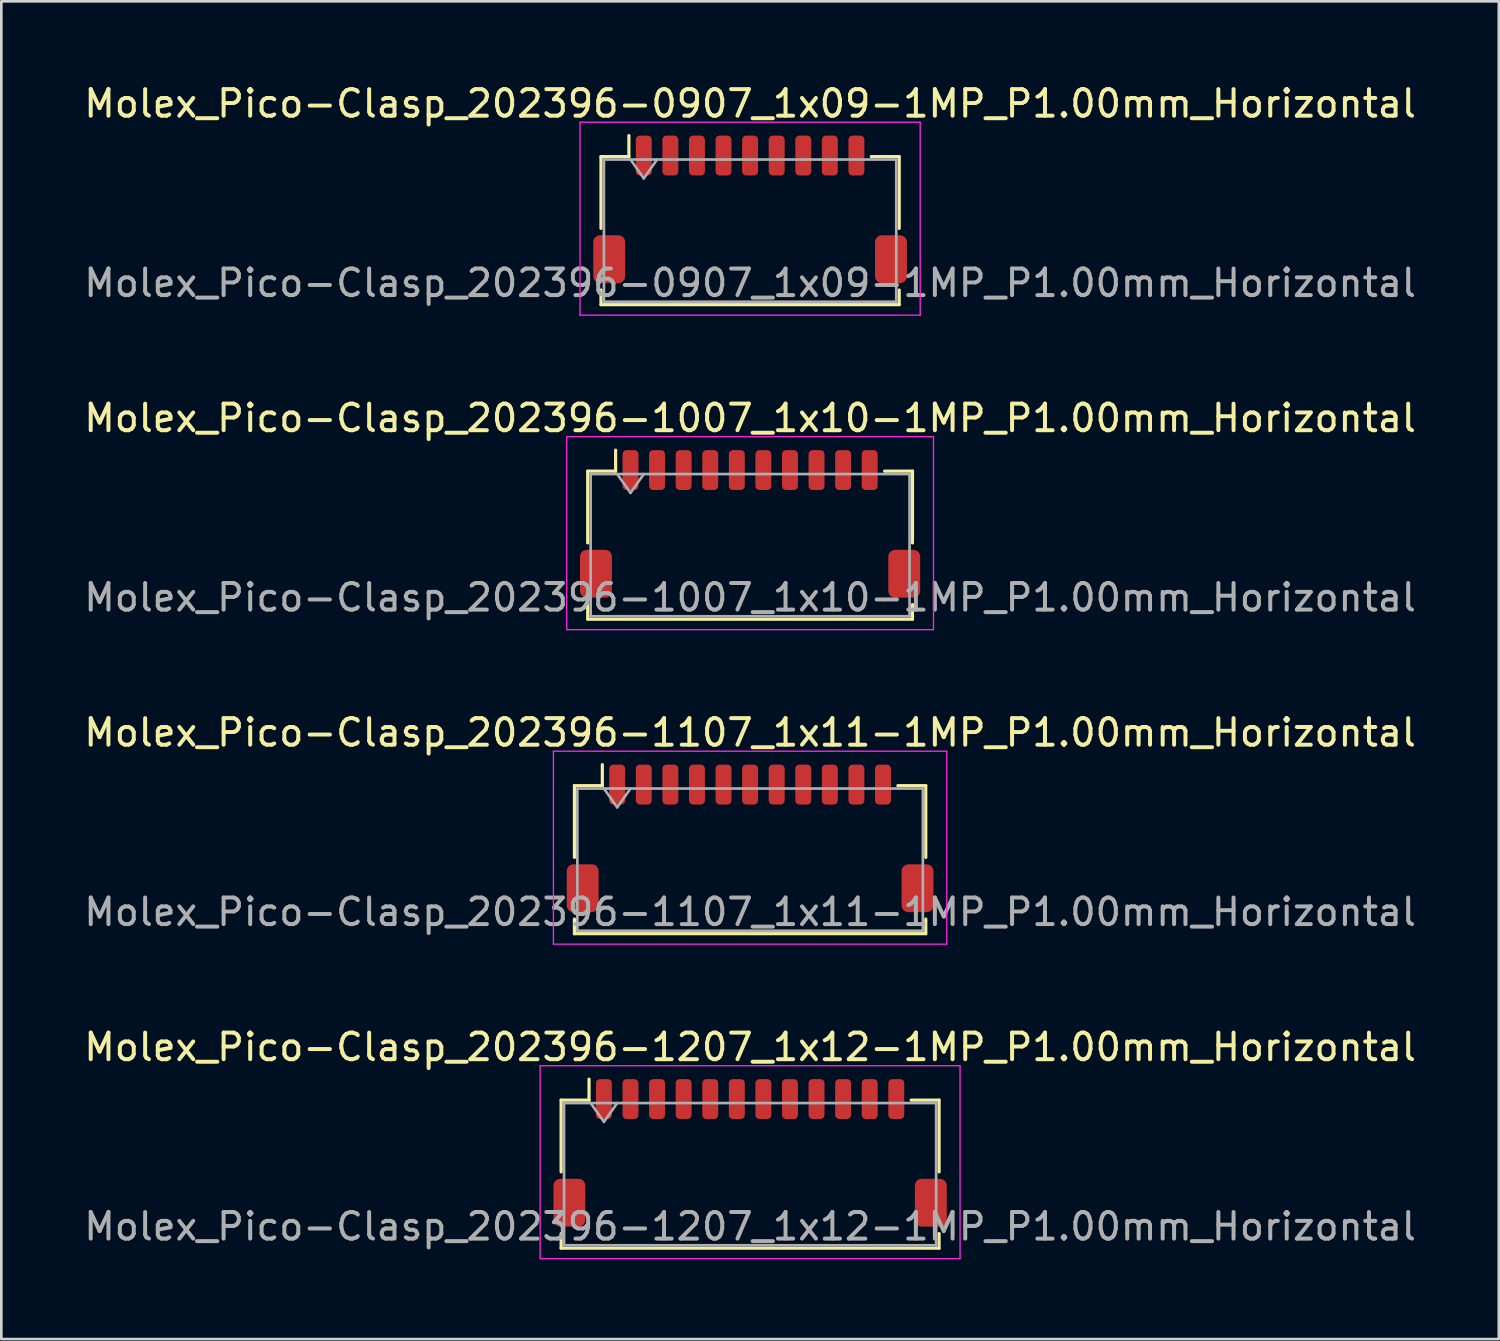
<source format=kicad_pcb>
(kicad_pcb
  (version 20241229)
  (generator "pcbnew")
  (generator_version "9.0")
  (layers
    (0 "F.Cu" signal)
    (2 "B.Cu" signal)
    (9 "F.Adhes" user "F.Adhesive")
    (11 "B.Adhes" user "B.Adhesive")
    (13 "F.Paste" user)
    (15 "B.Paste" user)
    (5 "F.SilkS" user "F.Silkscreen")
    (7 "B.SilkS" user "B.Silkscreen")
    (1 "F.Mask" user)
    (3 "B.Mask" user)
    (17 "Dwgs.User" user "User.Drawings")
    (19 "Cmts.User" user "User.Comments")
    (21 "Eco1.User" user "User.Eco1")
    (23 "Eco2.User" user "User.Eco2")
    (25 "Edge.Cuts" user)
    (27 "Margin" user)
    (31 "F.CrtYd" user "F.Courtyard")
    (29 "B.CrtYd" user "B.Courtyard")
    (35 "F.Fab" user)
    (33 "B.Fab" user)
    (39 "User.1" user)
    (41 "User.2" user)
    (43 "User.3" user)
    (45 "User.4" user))
  (footprint "Molex_Pico-Clasp_202396-0907_1x09-1MP_P1.00mm_Horizontal"
    (layer "F.Cu")
    (at 25.173 4.828)
    (property "Reference" "Molex_Pico-Clasp_202396-0907_1x09-1MP_P1.00mm_Horizontal" (at 0 -3.98 0) (layer "F.SilkS") (effects (font (size 1 1) (thickness 0.15))))
    (attr smd)
    (fp_line (start -5.61 -1.985) (end -4.56 -1.985) (stroke (width 0.12) (type solid)) (layer "F.SilkS"))
    (fp_line (start -5.61 0.715) (end -5.61 -1.985) (stroke (width 0.12) (type solid)) (layer "F.SilkS"))
    (fp_line (start -5.61 3.035) (end -5.61 3.585) (stroke (width 0.12) (type solid)) (layer "F.SilkS"))
    (fp_line (start -5.61 3.585) (end 5.61 3.585) (stroke (width 0.12) (type solid)) (layer "F.SilkS"))
    (fp_line (start -4.56 -1.985) (end -4.56 -2.775) (stroke (width 0.12) (type solid)) (layer "F.SilkS"))
    (fp_line (start 5.61 -1.985) (end 4.56 -1.985) (stroke (width 0.12) (type solid)) (layer "F.SilkS"))
    (fp_line (start 5.61 0.715) (end 5.61 -1.985) (stroke (width 0.12) (type solid)) (layer "F.SilkS"))
    (fp_line (start 5.61 3.585) (end 5.61 3.035) (stroke (width 0.12) (type solid)) (layer "F.SilkS"))
    (fp_line (start -6.4 -3.28) (end -6.4 3.98) (stroke (width 0.05) (type solid)) (layer "F.CrtYd"))
    (fp_line (start -6.4 3.98) (end 6.4 3.98) (stroke (width 0.05) (type solid)) (layer "F.CrtYd"))
    (fp_line (start 6.4 -3.28) (end -6.4 -3.28) (stroke (width 0.05) (type solid)) (layer "F.CrtYd"))
    (fp_line (start 6.4 3.98) (end 6.4 -3.28) (stroke (width 0.05) (type solid)) (layer "F.CrtYd"))
    (fp_line (start -5.5 -1.875) (end -5.5 3.475) (stroke (width 0.1) (type solid)) (layer "F.Fab"))
    (fp_line (start -5.5 -1.875) (end 5.5 -1.875) (stroke (width 0.1) (type solid)) (layer "F.Fab"))
    (fp_line (start -5.5 3.475) (end 5.5 3.475) (stroke (width 0.1) (type solid)) (layer "F.Fab"))
    (fp_line (start -4.5 -1.875) (end -4 -1.168) (stroke (width 0.1) (type solid)) (layer "F.Fab"))
    (fp_line (start -4 -1.168) (end -3.5 -1.875) (stroke (width 0.1) (type solid)) (layer "F.Fab"))
    (fp_line (start 5.5 -1.875) (end 5.5 3.475) (stroke (width 0.1) (type solid)) (layer "F.Fab"))
    (fp_text user "${REFERENCE}" (at 0 2.77 0) (layer "F.Fab") (effects (font (size 1 1) (thickness 0.15))))
    (pad "1" smd roundrect (at -4 -2.025) (size 0.6 1.5) (layers "F.Cu" "F.Mask" "F.Paste") (roundrect_rratio 0.25))
    (pad "2" smd roundrect (at -3 -2.025) (size 0.6 1.5) (layers "F.Cu" "F.Mask" "F.Paste") (roundrect_rratio 0.25))
    (pad "3" smd roundrect (at -2 -2.025) (size 0.6 1.5) (layers "F.Cu" "F.Mask" "F.Paste") (roundrect_rratio 0.25))
    (pad "4" smd roundrect (at -1 -2.025) (size 0.6 1.5) (layers "F.Cu" "F.Mask" "F.Paste") (roundrect_rratio 0.25))
    (pad "5" smd roundrect (at 0 -2.025) (size 0.6 1.5) (layers "F.Cu" "F.Mask" "F.Paste") (roundrect_rratio 0.25))
    (pad "6" smd roundrect (at 1 -2.025) (size 0.6 1.5) (layers "F.Cu" "F.Mask" "F.Paste") (roundrect_rratio 0.25))
    (pad "7" smd roundrect (at 2 -2.025) (size 0.6 1.5) (layers "F.Cu" "F.Mask" "F.Paste") (roundrect_rratio 0.25))
    (pad "8" smd roundrect (at 3 -2.025) (size 0.6 1.5) (layers "F.Cu" "F.Mask" "F.Paste") (roundrect_rratio 0.25))
    (pad "9" smd roundrect (at 4 -2.025) (size 0.6 1.5) (layers "F.Cu" "F.Mask" "F.Paste") (roundrect_rratio 0.25))
    (pad "MP" smd roundrect (at -5.3 1.875) (size 1.2 1.8) (layers "F.Cu" "F.Mask" "F.Paste") (roundrect_rratio 0.208))
    (pad "MP" smd roundrect (at 5.3 1.875) (size 1.2 1.8) (layers "F.Cu" "F.Mask" "F.Paste") (roundrect_rratio 0.208)))
  (footprint "Molex_Pico-Clasp_202396-1107_1x11-1MP_P1.00mm_Horizontal"
    (layer "F.Cu")
    (at 25.173 28.495)
    (property "Reference" "Molex_Pico-Clasp_202396-1107_1x11-1MP_P1.00mm_Horizontal" (at 0 -3.98 0) (layer "F.SilkS") (effects (font (size 1 1) (thickness 0.15))))
    (attr smd)
    (fp_line (start -6.61 -1.985) (end -5.56 -1.985) (stroke (width 0.12) (type solid)) (layer "F.SilkS"))
    (fp_line (start -6.61 0.715) (end -6.61 -1.985) (stroke (width 0.12) (type solid)) (layer "F.SilkS"))
    (fp_line (start -6.61 3.035) (end -6.61 3.585) (stroke (width 0.12) (type solid)) (layer "F.SilkS"))
    (fp_line (start -6.61 3.585) (end 6.61 3.585) (stroke (width 0.12) (type solid)) (layer "F.SilkS"))
    (fp_line (start -5.56 -1.985) (end -5.56 -2.775) (stroke (width 0.12) (type solid)) (layer "F.SilkS"))
    (fp_line (start 6.61 -1.985) (end 5.56 -1.985) (stroke (width 0.12) (type solid)) (layer "F.SilkS"))
    (fp_line (start 6.61 0.715) (end 6.61 -1.985) (stroke (width 0.12) (type solid)) (layer "F.SilkS"))
    (fp_line (start 6.61 3.585) (end 6.61 3.035) (stroke (width 0.12) (type solid)) (layer "F.SilkS"))
    (fp_line (start -7.4 -3.28) (end -7.4 3.98) (stroke (width 0.05) (type solid)) (layer "F.CrtYd"))
    (fp_line (start -7.4 3.98) (end 7.4 3.98) (stroke (width 0.05) (type solid)) (layer "F.CrtYd"))
    (fp_line (start 7.4 -3.28) (end -7.4 -3.28) (stroke (width 0.05) (type solid)) (layer "F.CrtYd"))
    (fp_line (start 7.4 3.98) (end 7.4 -3.28) (stroke (width 0.05) (type solid)) (layer "F.CrtYd"))
    (fp_line (start -6.5 -1.875) (end -6.5 3.475) (stroke (width 0.1) (type solid)) (layer "F.Fab"))
    (fp_line (start -6.5 -1.875) (end 6.5 -1.875) (stroke (width 0.1) (type solid)) (layer "F.Fab"))
    (fp_line (start -6.5 3.475) (end 6.5 3.475) (stroke (width 0.1) (type solid)) (layer "F.Fab"))
    (fp_line (start -5.5 -1.875) (end -5 -1.168) (stroke (width 0.1) (type solid)) (layer "F.Fab"))
    (fp_line (start -5 -1.168) (end -4.5 -1.875) (stroke (width 0.1) (type solid)) (layer "F.Fab"))
    (fp_line (start 6.5 -1.875) (end 6.5 3.475) (stroke (width 0.1) (type solid)) (layer "F.Fab"))
    (fp_text user "${REFERENCE}" (at 0 2.77 0) (layer "F.Fab") (effects (font (size 1 1) (thickness 0.15))))
    (pad "1" smd roundrect (at -5 -2.025) (size 0.6 1.5) (layers "F.Cu" "F.Mask" "F.Paste") (roundrect_rratio 0.25))
    (pad "2" smd roundrect (at -4 -2.025) (size 0.6 1.5) (layers "F.Cu" "F.Mask" "F.Paste") (roundrect_rratio 0.25))
    (pad "3" smd roundrect (at -3 -2.025) (size 0.6 1.5) (layers "F.Cu" "F.Mask" "F.Paste") (roundrect_rratio 0.25))
    (pad "4" smd roundrect (at -2 -2.025) (size 0.6 1.5) (layers "F.Cu" "F.Mask" "F.Paste") (roundrect_rratio 0.25))
    (pad "5" smd roundrect (at -1 -2.025) (size 0.6 1.5) (layers "F.Cu" "F.Mask" "F.Paste") (roundrect_rratio 0.25))
    (pad "6" smd roundrect (at 0 -2.025) (size 0.6 1.5) (layers "F.Cu" "F.Mask" "F.Paste") (roundrect_rratio 0.25))
    (pad "7" smd roundrect (at 1 -2.025) (size 0.6 1.5) (layers "F.Cu" "F.Mask" "F.Paste") (roundrect_rratio 0.25))
    (pad "8" smd roundrect (at 2 -2.025) (size 0.6 1.5) (layers "F.Cu" "F.Mask" "F.Paste") (roundrect_rratio 0.25))
    (pad "9" smd roundrect (at 3 -2.025) (size 0.6 1.5) (layers "F.Cu" "F.Mask" "F.Paste") (roundrect_rratio 0.25))
    (pad "10" smd roundrect (at 4 -2.025) (size 0.6 1.5) (layers "F.Cu" "F.Mask" "F.Paste") (roundrect_rratio 0.25))
    (pad "11" smd roundrect (at 5 -2.025) (size 0.6 1.5) (layers "F.Cu" "F.Mask" "F.Paste") (roundrect_rratio 0.25))
    (pad "MP" smd roundrect (at -6.3 1.875) (size 1.2 1.8) (layers "F.Cu" "F.Mask" "F.Paste") (roundrect_rratio 0.208))
    (pad "MP" smd roundrect (at 6.3 1.875) (size 1.2 1.8) (layers "F.Cu" "F.Mask" "F.Paste") (roundrect_rratio 0.208)))
  (footprint "Molex_Pico-Clasp_202396-1207_1x12-1MP_P1.00mm_Horizontal"
    (layer "F.Cu")
    (at 25.173 40.328)
    (property "Reference" "Molex_Pico-Clasp_202396-1207_1x12-1MP_P1.00mm_Horizontal" (at 0 -3.98 0) (layer "F.SilkS") (effects (font (size 1 1) (thickness 0.15))))
    (attr smd)
    (fp_line (start -7.11 -1.985) (end -6.06 -1.985) (stroke (width 0.12) (type solid)) (layer "F.SilkS"))
    (fp_line (start -7.11 0.715) (end -7.11 -1.985) (stroke (width 0.12) (type solid)) (layer "F.SilkS"))
    (fp_line (start -7.11 3.035) (end -7.11 3.585) (stroke (width 0.12) (type solid)) (layer "F.SilkS"))
    (fp_line (start -7.11 3.585) (end 7.11 3.585) (stroke (width 0.12) (type solid)) (layer "F.SilkS"))
    (fp_line (start -6.06 -1.985) (end -6.06 -2.775) (stroke (width 0.12) (type solid)) (layer "F.SilkS"))
    (fp_line (start 7.11 -1.985) (end 6.06 -1.985) (stroke (width 0.12) (type solid)) (layer "F.SilkS"))
    (fp_line (start 7.11 0.715) (end 7.11 -1.985) (stroke (width 0.12) (type solid)) (layer "F.SilkS"))
    (fp_line (start 7.11 3.585) (end 7.11 3.035) (stroke (width 0.12) (type solid)) (layer "F.SilkS"))
    (fp_line (start -7.9 -3.28) (end -7.9 3.98) (stroke (width 0.05) (type solid)) (layer "F.CrtYd"))
    (fp_line (start -7.9 3.98) (end 7.9 3.98) (stroke (width 0.05) (type solid)) (layer "F.CrtYd"))
    (fp_line (start 7.9 -3.28) (end -7.9 -3.28) (stroke (width 0.05) (type solid)) (layer "F.CrtYd"))
    (fp_line (start 7.9 3.98) (end 7.9 -3.28) (stroke (width 0.05) (type solid)) (layer "F.CrtYd"))
    (fp_line (start -7 -1.875) (end -7 3.475) (stroke (width 0.1) (type solid)) (layer "F.Fab"))
    (fp_line (start -7 -1.875) (end 7 -1.875) (stroke (width 0.1) (type solid)) (layer "F.Fab"))
    (fp_line (start -7 3.475) (end 7 3.475) (stroke (width 0.1) (type solid)) (layer "F.Fab"))
    (fp_line (start -6 -1.875) (end -5.5 -1.168) (stroke (width 0.1) (type solid)) (layer "F.Fab"))
    (fp_line (start -5.5 -1.168) (end -5 -1.875) (stroke (width 0.1) (type solid)) (layer "F.Fab"))
    (fp_line (start 7 -1.875) (end 7 3.475) (stroke (width 0.1) (type solid)) (layer "F.Fab"))
    (fp_text user "${REFERENCE}" (at 0 2.77 0) (layer "F.Fab") (effects (font (size 1 1) (thickness 0.15))))
    (pad "1" smd roundrect (at -5.5 -2.025) (size 0.6 1.5) (layers "F.Cu" "F.Mask" "F.Paste") (roundrect_rratio 0.25))
    (pad "2" smd roundrect (at -4.5 -2.025) (size 0.6 1.5) (layers "F.Cu" "F.Mask" "F.Paste") (roundrect_rratio 0.25))
    (pad "3" smd roundrect (at -3.5 -2.025) (size 0.6 1.5) (layers "F.Cu" "F.Mask" "F.Paste") (roundrect_rratio 0.25))
    (pad "4" smd roundrect (at -2.5 -2.025) (size 0.6 1.5) (layers "F.Cu" "F.Mask" "F.Paste") (roundrect_rratio 0.25))
    (pad "5" smd roundrect (at -1.5 -2.025) (size 0.6 1.5) (layers "F.Cu" "F.Mask" "F.Paste") (roundrect_rratio 0.25))
    (pad "6" smd roundrect (at -0.5 -2.025) (size 0.6 1.5) (layers "F.Cu" "F.Mask" "F.Paste") (roundrect_rratio 0.25))
    (pad "7" smd roundrect (at 0.5 -2.025) (size 0.6 1.5) (layers "F.Cu" "F.Mask" "F.Paste") (roundrect_rratio 0.25))
    (pad "8" smd roundrect (at 1.5 -2.025) (size 0.6 1.5) (layers "F.Cu" "F.Mask" "F.Paste") (roundrect_rratio 0.25))
    (pad "9" smd roundrect (at 2.5 -2.025) (size 0.6 1.5) (layers "F.Cu" "F.Mask" "F.Paste") (roundrect_rratio 0.25))
    (pad "10" smd roundrect (at 3.5 -2.025) (size 0.6 1.5) (layers "F.Cu" "F.Mask" "F.Paste") (roundrect_rratio 0.25))
    (pad "11" smd roundrect (at 4.5 -2.025) (size 0.6 1.5) (layers "F.Cu" "F.Mask" "F.Paste") (roundrect_rratio 0.25))
    (pad "12" smd roundrect (at 5.5 -2.025) (size 0.6 1.5) (layers "F.Cu" "F.Mask" "F.Paste") (roundrect_rratio 0.25))
    (pad "MP" smd roundrect (at -6.8 1.875) (size 1.2 1.8) (layers "F.Cu" "F.Mask" "F.Paste") (roundrect_rratio 0.208))
    (pad "MP" smd roundrect (at 6.8 1.875) (size 1.2 1.8) (layers "F.Cu" "F.Mask" "F.Paste") (roundrect_rratio 0.208)))
  (footprint "Molex_Pico-Clasp_202396-1007_1x10-1MP_P1.00mm_Horizontal"
    (layer "F.Cu")
    (at 25.173 16.662)
    (property "Reference" "Molex_Pico-Clasp_202396-1007_1x10-1MP_P1.00mm_Horizontal" (at 0 -3.98 0) (layer "F.SilkS") (effects (font (size 1 1) (thickness 0.15))))
    (attr smd)
    (fp_line (start -6.11 -1.985) (end -5.06 -1.985) (stroke (width 0.12) (type solid)) (layer "F.SilkS"))
    (fp_line (start -6.11 0.715) (end -6.11 -1.985) (stroke (width 0.12) (type solid)) (layer "F.SilkS"))
    (fp_line (start -6.11 3.035) (end -6.11 3.585) (stroke (width 0.12) (type solid)) (layer "F.SilkS"))
    (fp_line (start -6.11 3.585) (end 6.11 3.585) (stroke (width 0.12) (type solid)) (layer "F.SilkS"))
    (fp_line (start -5.06 -1.985) (end -5.06 -2.775) (stroke (width 0.12) (type solid)) (layer "F.SilkS"))
    (fp_line (start 6.11 -1.985) (end 5.06 -1.985) (stroke (width 0.12) (type solid)) (layer "F.SilkS"))
    (fp_line (start 6.11 0.715) (end 6.11 -1.985) (stroke (width 0.12) (type solid)) (layer "F.SilkS"))
    (fp_line (start 6.11 3.585) (end 6.11 3.035) (stroke (width 0.12) (type solid)) (layer "F.SilkS"))
    (fp_line (start -6.9 -3.28) (end -6.9 3.98) (stroke (width 0.05) (type solid)) (layer "F.CrtYd"))
    (fp_line (start -6.9 3.98) (end 6.9 3.98) (stroke (width 0.05) (type solid)) (layer "F.CrtYd"))
    (fp_line (start 6.9 -3.28) (end -6.9 -3.28) (stroke (width 0.05) (type solid)) (layer "F.CrtYd"))
    (fp_line (start 6.9 3.98) (end 6.9 -3.28) (stroke (width 0.05) (type solid)) (layer "F.CrtYd"))
    (fp_line (start -6 -1.875) (end -6 3.475) (stroke (width 0.1) (type solid)) (layer "F.Fab"))
    (fp_line (start -6 -1.875) (end 6 -1.875) (stroke (width 0.1) (type solid)) (layer "F.Fab"))
    (fp_line (start -6 3.475) (end 6 3.475) (stroke (width 0.1) (type solid)) (layer "F.Fab"))
    (fp_line (start -5 -1.875) (end -4.5 -1.168) (stroke (width 0.1) (type solid)) (layer "F.Fab"))
    (fp_line (start -4.5 -1.168) (end -4 -1.875) (stroke (width 0.1) (type solid)) (layer "F.Fab"))
    (fp_line (start 6 -1.875) (end 6 3.475) (stroke (width 0.1) (type solid)) (layer "F.Fab"))
    (fp_text user "${REFERENCE}" (at 0 2.77 0) (layer "F.Fab") (effects (font (size 1 1) (thickness 0.15))))
    (pad "1" smd roundrect (at -4.5 -2.025) (size 0.6 1.5) (layers "F.Cu" "F.Mask" "F.Paste") (roundrect_rratio 0.25))
    (pad "2" smd roundrect (at -3.5 -2.025) (size 0.6 1.5) (layers "F.Cu" "F.Mask" "F.Paste") (roundrect_rratio 0.25))
    (pad "3" smd roundrect (at -2.5 -2.025) (size 0.6 1.5) (layers "F.Cu" "F.Mask" "F.Paste") (roundrect_rratio 0.25))
    (pad "4" smd roundrect (at -1.5 -2.025) (size 0.6 1.5) (layers "F.Cu" "F.Mask" "F.Paste") (roundrect_rratio 0.25))
    (pad "5" smd roundrect (at -0.5 -2.025) (size 0.6 1.5) (layers "F.Cu" "F.Mask" "F.Paste") (roundrect_rratio 0.25))
    (pad "6" smd roundrect (at 0.5 -2.025) (size 0.6 1.5) (layers "F.Cu" "F.Mask" "F.Paste") (roundrect_rratio 0.25))
    (pad "7" smd roundrect (at 1.5 -2.025) (size 0.6 1.5) (layers "F.Cu" "F.Mask" "F.Paste") (roundrect_rratio 0.25))
    (pad "8" smd roundrect (at 2.5 -2.025) (size 0.6 1.5) (layers "F.Cu" "F.Mask" "F.Paste") (roundrect_rratio 0.25))
    (pad "9" smd roundrect (at 3.5 -2.025) (size 0.6 1.5) (layers "F.Cu" "F.Mask" "F.Paste") (roundrect_rratio 0.25))
    (pad "10" smd roundrect (at 4.5 -2.025) (size 0.6 1.5) (layers "F.Cu" "F.Mask" "F.Paste") (roundrect_rratio 0.25))
    (pad "MP" smd roundrect (at -5.8 1.875) (size 1.2 1.8) (layers "F.Cu" "F.Mask" "F.Paste") (roundrect_rratio 0.208))
    (pad "MP" smd roundrect (at 5.8 1.875) (size 1.2 1.8) (layers "F.Cu" "F.Mask" "F.Paste") (roundrect_rratio 0.208)))
  (gr_rect
    (start -3 -3)
    (end 53.345 47.333)
    (stroke (width 0.1) (type default))
    (fill no)
    (layer "Edge.Cuts")))
</source>
